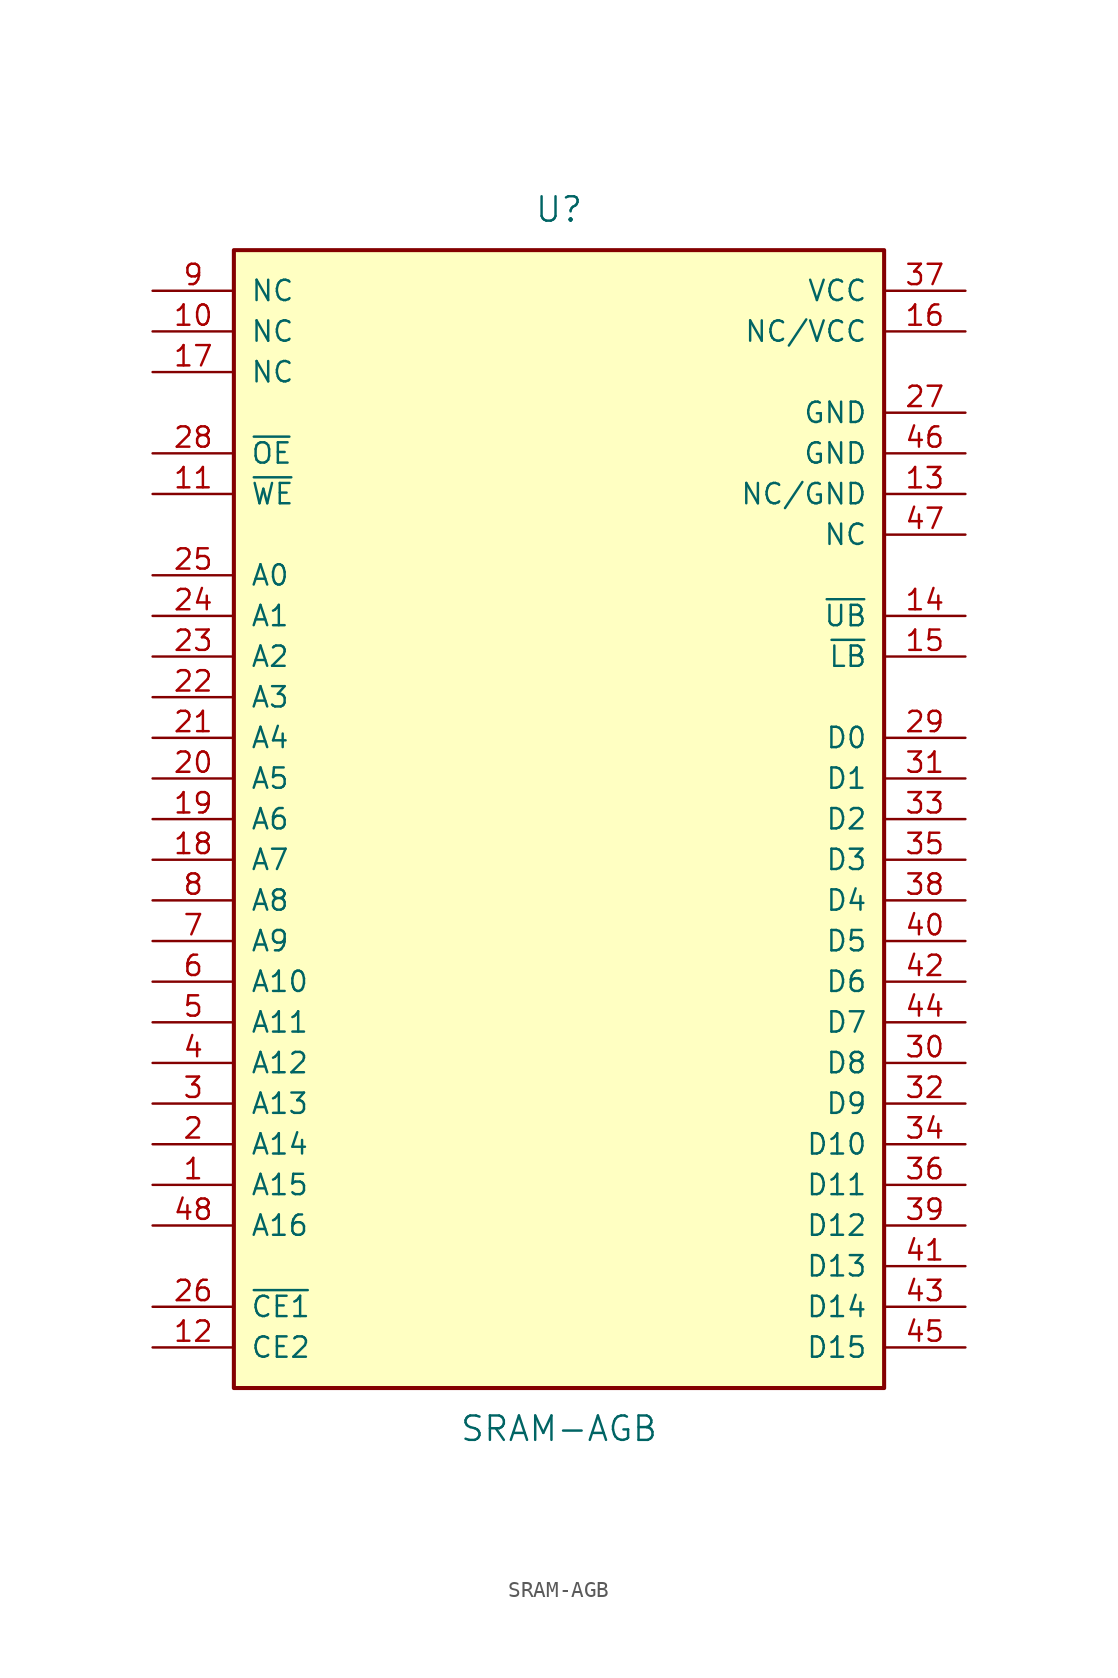
<source format=kicad_sym>
(kicad_symbol_lib
  (version 20231120)
  (generator "kicad_symbol_editor")
  (generator_version "8.0")
  (symbol "SRAM-AGB"
    (pin_names
      (offset 1.016))
    (property "Reference" "U"
      (at 0 38.1 0)
      (effects (font (size 1.524 1.524))))
    (property "Value" "SRAM-AGB"
      (at 0 -38.1 0)
      (effects (font (size 1.524 1.524))))
    (symbol "SRAM-AGB_1_1"
      (rectangle (start -20.32 35.56) (end 20.32 -35.56) (stroke (width 0.254) (type solid)) (fill (type background)))
      (pin input line (at -25.4 -22.86 0) (length 5.08) (name "A15" (effects (font (size 1.27 1.27)))) (number "1" (effects (font (size 1.27 1.27)))))
      (pin passive line (at -25.4 30.48 0) (length 5.08) (name "NC" (effects (font (size 1.27 1.27)))) (number "10" (effects (font (size 1.27 1.27)))))
      (pin input line (at -25.4 20.32 0) (length 5.08) (name "~{WE}" (effects (font (size 1.27 1.27)))) (number "11" (effects (font (size 1.27 1.27)))))
      (pin input line (at -25.4 -33.02 0) (length 5.08) (name "CE2" (effects (font (size 1.27 1.27)))) (number "12" (effects (font (size 1.27 1.27)))))
      (pin passive line (at 25.4 20.32 180) (length 5.08) (name "NC/GND" (effects (font (size 1.27 1.27)))) (number "13" (effects (font (size 1.27 1.27)))))
      (pin input line (at 25.4 12.7 180) (length 5.08) (name "~{UB}" (effects (font (size 1.27 1.27)))) (number "14" (effects (font (size 1.27 1.27)))))
      (pin input line (at 25.4 10.16 180) (length 5.08) (name "~{LB}" (effects (font (size 1.27 1.27)))) (number "15" (effects (font (size 1.27 1.27)))))
      (pin passive line (at 25.4 30.48 180) (length 5.08) (name "NC/VCC" (effects (font (size 1.27 1.27)))) (number "16" (effects (font (size 1.27 1.27)))))
      (pin passive line (at -25.4 27.94 0) (length 5.08) (name "NC" (effects (font (size 1.27 1.27)))) (number "17" (effects (font (size 1.27 1.27)))))
      (pin input line (at -25.4 -2.54 0) (length 5.08) (name "A7" (effects (font (size 1.27 1.27)))) (number "18" (effects (font (size 1.27 1.27)))))
      (pin input line (at -25.4 0 0) (length 5.08) (name "A6" (effects (font (size 1.27 1.27)))) (number "19" (effects (font (size 1.27 1.27)))))
      (pin input line (at -25.4 -20.32 0) (length 5.08) (name "A14" (effects (font (size 1.27 1.27)))) (number "2" (effects (font (size 1.27 1.27)))))
      (pin input line (at -25.4 2.54 0) (length 5.08) (name "A5" (effects (font (size 1.27 1.27)))) (number "20" (effects (font (size 1.27 1.27)))))
      (pin input line (at -25.4 5.08 0) (length 5.08) (name "A4" (effects (font (size 1.27 1.27)))) (number "21" (effects (font (size 1.27 1.27)))))
      (pin input line (at -25.4 7.62 0) (length 5.08) (name "A3" (effects (font (size 1.27 1.27)))) (number "22" (effects (font (size 1.27 1.27)))))
      (pin input line (at -25.4 10.16 0) (length 5.08) (name "A2" (effects (font (size 1.27 1.27)))) (number "23" (effects (font (size 1.27 1.27)))))
      (pin input line (at -25.4 12.7 0) (length 5.08) (name "A1" (effects (font (size 1.27 1.27)))) (number "24" (effects (font (size 1.27 1.27)))))
      (pin input line (at -25.4 15.24 0) (length 5.08) (name "A0" (effects (font (size 1.27 1.27)))) (number "25" (effects (font (size 1.27 1.27)))))
      (pin input line (at -25.4 -30.48 0) (length 5.08) (name "~{CE1}" (effects (font (size 1.27 1.27)))) (number "26" (effects (font (size 1.27 1.27)))))
      (pin power_in line (at 25.4 25.4 180) (length 5.08) (name "GND" (effects (font (size 1.27 1.27)))) (number "27" (effects (font (size 1.27 1.27)))))
      (pin input line (at -25.4 22.86 0) (length 5.08) (name "~{OE}" (effects (font (size 1.27 1.27)))) (number "28" (effects (font (size 1.27 1.27)))))
      (pin bidirectional line (at 25.4 5.08 180) (length 5.08) (name "D0" (effects (font (size 1.27 1.27)))) (number "29" (effects (font (size 1.27 1.27)))))
      (pin input line (at -25.4 -17.78 0) (length 5.08) (name "A13" (effects (font (size 1.27 1.27)))) (number "3" (effects (font (size 1.27 1.27)))))
      (pin bidirectional line (at 25.4 -15.24 180) (length 5.08) (name "D8" (effects (font (size 1.27 1.27)))) (number "30" (effects (font (size 1.27 1.27)))))
      (pin bidirectional line (at 25.4 2.54 180) (length 5.08) (name "D1" (effects (font (size 1.27 1.27)))) (number "31" (effects (font (size 1.27 1.27)))))
      (pin bidirectional line (at 25.4 -17.78 180) (length 5.08) (name "D9" (effects (font (size 1.27 1.27)))) (number "32" (effects (font (size 1.27 1.27)))))
      (pin bidirectional line (at 25.4 0 180) (length 5.08) (name "D2" (effects (font (size 1.27 1.27)))) (number "33" (effects (font (size 1.27 1.27)))))
      (pin bidirectional line (at 25.4 -20.32 180) (length 5.08) (name "D10" (effects (font (size 1.27 1.27)))) (number "34" (effects (font (size 1.27 1.27)))))
      (pin bidirectional line (at 25.4 -2.54 180) (length 5.08) (name "D3" (effects (font (size 1.27 1.27)))) (number "35" (effects (font (size 1.27 1.27)))))
      (pin bidirectional line (at 25.4 -22.86 180) (length 5.08) (name "D11" (effects (font (size 1.27 1.27)))) (number "36" (effects (font (size 1.27 1.27)))))
      (pin power_in line (at 25.4 33.02 180) (length 5.08) (name "VCC" (effects (font (size 1.27 1.27)))) (number "37" (effects (font (size 1.27 1.27)))))
      (pin bidirectional line (at 25.4 -5.08 180) (length 5.08) (name "D4" (effects (font (size 1.27 1.27)))) (number "38" (effects (font (size 1.27 1.27)))))
      (pin bidirectional line (at 25.4 -25.4 180) (length 5.08) (name "D12" (effects (font (size 1.27 1.27)))) (number "39" (effects (font (size 1.27 1.27)))))
      (pin input line (at -25.4 -15.24 0) (length 5.08) (name "A12" (effects (font (size 1.27 1.27)))) (number "4" (effects (font (size 1.27 1.27)))))
      (pin bidirectional line (at 25.4 -7.62 180) (length 5.08) (name "D5" (effects (font (size 1.27 1.27)))) (number "40" (effects (font (size 1.27 1.27)))))
      (pin bidirectional line (at 25.4 -27.94 180) (length 5.08) (name "D13" (effects (font (size 1.27 1.27)))) (number "41" (effects (font (size 1.27 1.27)))))
      (pin bidirectional line (at 25.4 -10.16 180) (length 5.08) (name "D6" (effects (font (size 1.27 1.27)))) (number "42" (effects (font (size 1.27 1.27)))))
      (pin bidirectional line (at 25.4 -30.48 180) (length 5.08) (name "D14" (effects (font (size 1.27 1.27)))) (number "43" (effects (font (size 1.27 1.27)))))
      (pin bidirectional line (at 25.4 -12.7 180) (length 5.08) (name "D7" (effects (font (size 1.27 1.27)))) (number "44" (effects (font (size 1.27 1.27)))))
      (pin bidirectional line (at 25.4 -33.02 180) (length 5.08) (name "D15" (effects (font (size 1.27 1.27)))) (number "45" (effects (font (size 1.27 1.27)))))
      (pin power_in line (at 25.4 22.86 180) (length 5.08) (name "GND" (effects (font (size 1.27 1.27)))) (number "46" (effects (font (size 1.27 1.27)))))
      (pin passive line (at 25.4 17.78 180) (length 5.08) (name "NC" (effects (font (size 1.27 1.27)))) (number "47" (effects (font (size 1.27 1.27)))))
      (pin input line (at -25.4 -25.4 0) (length 5.08) (name "A16" (effects (font (size 1.27 1.27)))) (number "48" (effects (font (size 1.27 1.27)))))
      (pin input line (at -25.4 -12.7 0) (length 5.08) (name "A11" (effects (font (size 1.27 1.27)))) (number "5" (effects (font (size 1.27 1.27)))))
      (pin input line (at -25.4 -10.16 0) (length 5.08) (name "A10" (effects (font (size 1.27 1.27)))) (number "6" (effects (font (size 1.27 1.27)))))
      (pin input line (at -25.4 -7.62 0) (length 5.08) (name "A9" (effects (font (size 1.27 1.27)))) (number "7" (effects (font (size 1.27 1.27)))))
      (pin input line (at -25.4 -5.08 0) (length 5.08) (name "A8" (effects (font (size 1.27 1.27)))) (number "8" (effects (font (size 1.27 1.27)))))
      (pin passive line (at -25.4 33.02 0) (length 5.08) (name "NC" (effects (font (size 1.27 1.27)))) (number "9" (effects (font (size 1.27 1.27))))))))
</source>
